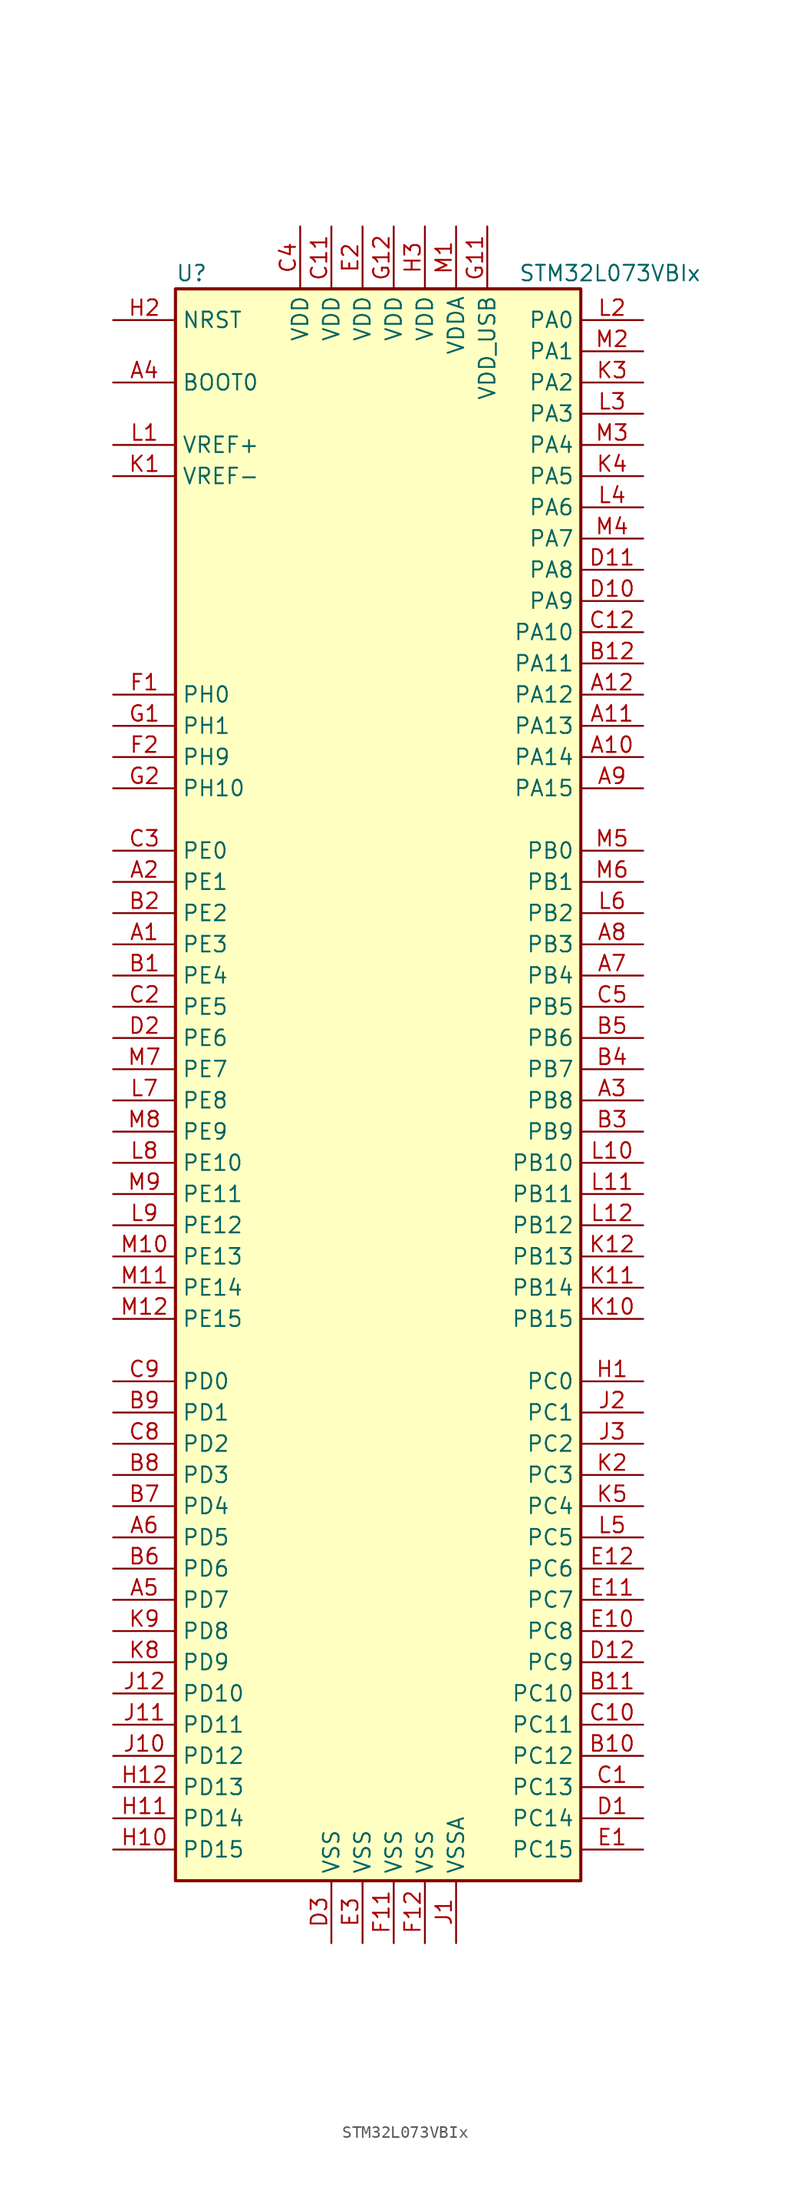
<source format=kicad_sym>
(kicad_symbol_lib
  (version 20201005)
  (generator kicad_symbol_editor)
  (symbol "STM32L073VBIx"
    (property "Reference" "U"
      (at -17.78 64.77 0)
      (effects (font (size 1.27 1.27)) (justify left)))
    (property "Value" "STM32L073VBIx"
      (at 10.16 64.77 0)
      (effects (font (size 1.27 1.27)) (justify left)))
    (symbol "STM32L073VBIx_0_1"
      (rectangle (start -17.78 -66.04) (end 15.24 63.5) (stroke (width 0.254)) (fill (type background))))
    (symbol "STM32L073VBIx_1_1"
      (pin bidirectional line (at -22.86 10.16 0) (length 5.08) (name "PE3" (effects (font (size 1.27 1.27)))) (number "A1" (effects (font (size 1.27 1.27)))))
      (pin bidirectional line (at 20.32 25.4 180) (length 5.08) (name "PA14" (effects (font (size 1.27 1.27)))) (number "A10" (effects (font (size 1.27 1.27)))))
      (pin bidirectional line (at 20.32 27.94 180) (length 5.08) (name "PA13" (effects (font (size 1.27 1.27)))) (number "A11" (effects (font (size 1.27 1.27)))))
      (pin bidirectional line (at 20.32 30.48 180) (length 5.08) (name "PA12" (effects (font (size 1.27 1.27)))) (number "A12" (effects (font (size 1.27 1.27)))))
      (pin bidirectional line (at -22.86 15.24 0) (length 5.08) (name "PE1" (effects (font (size 1.27 1.27)))) (number "A2" (effects (font (size 1.27 1.27)))))
      (pin bidirectional line (at 20.32 -2.54 180) (length 5.08) (name "PB8" (effects (font (size 1.27 1.27)))) (number "A3" (effects (font (size 1.27 1.27)))))
      (pin input line (at -22.86 55.88 0) (length 5.08) (name "BOOT0" (effects (font (size 1.27 1.27)))) (number "A4" (effects (font (size 1.27 1.27)))))
      (pin bidirectional line (at -22.86 -43.18 0) (length 5.08) (name "PD7" (effects (font (size 1.27 1.27)))) (number "A5" (effects (font (size 1.27 1.27)))))
      (pin bidirectional line (at -22.86 -38.1 0) (length 5.08) (name "PD5" (effects (font (size 1.27 1.27)))) (number "A6" (effects (font (size 1.27 1.27)))))
      (pin bidirectional line (at 20.32 7.62 180) (length 5.08) (name "PB4" (effects (font (size 1.27 1.27)))) (number "A7" (effects (font (size 1.27 1.27)))))
      (pin bidirectional line (at 20.32 10.16 180) (length 5.08) (name "PB3" (effects (font (size 1.27 1.27)))) (number "A8" (effects (font (size 1.27 1.27)))))
      (pin bidirectional line (at 20.32 22.86 180) (length 5.08) (name "PA15" (effects (font (size 1.27 1.27)))) (number "A9" (effects (font (size 1.27 1.27)))))
      (pin bidirectional line (at -22.86 7.62 0) (length 5.08) (name "PE4" (effects (font (size 1.27 1.27)))) (number "B1" (effects (font (size 1.27 1.27)))))
      (pin bidirectional line (at 20.32 -55.88 180) (length 5.08) (name "PC12" (effects (font (size 1.27 1.27)))) (number "B10" (effects (font (size 1.27 1.27)))))
      (pin bidirectional line (at 20.32 -50.8 180) (length 5.08) (name "PC10" (effects (font (size 1.27 1.27)))) (number "B11" (effects (font (size 1.27 1.27)))))
      (pin bidirectional line (at 20.32 33.02 180) (length 5.08) (name "PA11" (effects (font (size 1.27 1.27)))) (number "B12" (effects (font (size 1.27 1.27)))))
      (pin bidirectional line (at -22.86 12.7 0) (length 5.08) (name "PE2" (effects (font (size 1.27 1.27)))) (number "B2" (effects (font (size 1.27 1.27)))))
      (pin bidirectional line (at 20.32 -5.08 180) (length 5.08) (name "PB9" (effects (font (size 1.27 1.27)))) (number "B3" (effects (font (size 1.27 1.27)))))
      (pin bidirectional line (at 20.32 0 180) (length 5.08) (name "PB7" (effects (font (size 1.27 1.27)))) (number "B4" (effects (font (size 1.27 1.27)))))
      (pin bidirectional line (at 20.32 2.54 180) (length 5.08) (name "PB6" (effects (font (size 1.27 1.27)))) (number "B5" (effects (font (size 1.27 1.27)))))
      (pin bidirectional line (at -22.86 -40.64 0) (length 5.08) (name "PD6" (effects (font (size 1.27 1.27)))) (number "B6" (effects (font (size 1.27 1.27)))))
      (pin bidirectional line (at -22.86 -35.56 0) (length 5.08) (name "PD4" (effects (font (size 1.27 1.27)))) (number "B7" (effects (font (size 1.27 1.27)))))
      (pin bidirectional line (at -22.86 -33.02 0) (length 5.08) (name "PD3" (effects (font (size 1.27 1.27)))) (number "B8" (effects (font (size 1.27 1.27)))))
      (pin bidirectional line (at -22.86 -27.94 0) (length 5.08) (name "PD1" (effects (font (size 1.27 1.27)))) (number "B9" (effects (font (size 1.27 1.27)))))
      (pin bidirectional line (at 20.32 -58.42 180) (length 5.08) (name "PC13" (effects (font (size 1.27 1.27)))) (number "C1" (effects (font (size 1.27 1.27)))))
      (pin bidirectional line (at 20.32 -53.34 180) (length 5.08) (name "PC11" (effects (font (size 1.27 1.27)))) (number "C10" (effects (font (size 1.27 1.27)))))
      (pin power_in line (at -5.08 68.58 270) (length 5.08) (name "VDD" (effects (font (size 1.27 1.27)))) (number "C11" (effects (font (size 1.27 1.27)))))
      (pin bidirectional line (at 20.32 35.56 180) (length 5.08) (name "PA10" (effects (font (size 1.27 1.27)))) (number "C12" (effects (font (size 1.27 1.27)))))
      (pin bidirectional line (at -22.86 5.08 0) (length 5.08) (name "PE5" (effects (font (size 1.27 1.27)))) (number "C2" (effects (font (size 1.27 1.27)))))
      (pin bidirectional line (at -22.86 17.78 0) (length 5.08) (name "PE0" (effects (font (size 1.27 1.27)))) (number "C3" (effects (font (size 1.27 1.27)))))
      (pin power_in line (at -7.62 68.58 270) (length 5.08) (name "VDD" (effects (font (size 1.27 1.27)))) (number "C4" (effects (font (size 1.27 1.27)))))
      (pin bidirectional line (at 20.32 5.08 180) (length 5.08) (name "PB5" (effects (font (size 1.27 1.27)))) (number "C5" (effects (font (size 1.27 1.27)))))
      (pin bidirectional line (at -22.86 -30.48 0) (length 5.08) (name "PD2" (effects (font (size 1.27 1.27)))) (number "C8" (effects (font (size 1.27 1.27)))))
      (pin bidirectional line (at -22.86 -25.4 0) (length 5.08) (name "PD0" (effects (font (size 1.27 1.27)))) (number "C9" (effects (font (size 1.27 1.27)))))
      (pin bidirectional line (at 20.32 -60.96 180) (length 5.08) (name "PC14" (effects (font (size 1.27 1.27)))) (number "D1" (effects (font (size 1.27 1.27)))))
      (pin bidirectional line (at 20.32 38.1 180) (length 5.08) (name "PA9" (effects (font (size 1.27 1.27)))) (number "D10" (effects (font (size 1.27 1.27)))))
      (pin bidirectional line (at 20.32 40.64 180) (length 5.08) (name "PA8" (effects (font (size 1.27 1.27)))) (number "D11" (effects (font (size 1.27 1.27)))))
      (pin bidirectional line (at 20.32 -48.26 180) (length 5.08) (name "PC9" (effects (font (size 1.27 1.27)))) (number "D12" (effects (font (size 1.27 1.27)))))
      (pin bidirectional line (at -22.86 2.54 0) (length 5.08) (name "PE6" (effects (font (size 1.27 1.27)))) (number "D2" (effects (font (size 1.27 1.27)))))
      (pin power_in line (at -5.08 -71.12 90) (length 5.08) (name "VSS" (effects (font (size 1.27 1.27)))) (number "D3" (effects (font (size 1.27 1.27)))))
      (pin bidirectional line (at 20.32 -63.5 180) (length 5.08) (name "PC15" (effects (font (size 1.27 1.27)))) (number "E1" (effects (font (size 1.27 1.27)))))
      (pin bidirectional line (at 20.32 -45.72 180) (length 5.08) (name "PC8" (effects (font (size 1.27 1.27)))) (number "E10" (effects (font (size 1.27 1.27)))))
      (pin bidirectional line (at 20.32 -43.18 180) (length 5.08) (name "PC7" (effects (font (size 1.27 1.27)))) (number "E11" (effects (font (size 1.27 1.27)))))
      (pin bidirectional line (at 20.32 -40.64 180) (length 5.08) (name "PC6" (effects (font (size 1.27 1.27)))) (number "E12" (effects (font (size 1.27 1.27)))))
      (pin power_in line (at -2.54 68.58 270) (length 5.08) (name "VDD" (effects (font (size 1.27 1.27)))) (number "E2" (effects (font (size 1.27 1.27)))))
      (pin power_in line (at -2.54 -71.12 90) (length 5.08) (name "VSS" (effects (font (size 1.27 1.27)))) (number "E3" (effects (font (size 1.27 1.27)))))
      (pin input line (at -22.86 30.48 0) (length 5.08) (name "PH0" (effects (font (size 1.27 1.27)))) (number "F1" (effects (font (size 1.27 1.27)))))
      (pin power_in line (at 0 -71.12 90) (length 5.08) (name "VSS" (effects (font (size 1.27 1.27)))) (number "F11" (effects (font (size 1.27 1.27)))))
      (pin power_in line (at 2.54 -71.12 90) (length 5.08) (name "VSS" (effects (font (size 1.27 1.27)))) (number "F12" (effects (font (size 1.27 1.27)))))
      (pin bidirectional line (at -22.86 25.4 0) (length 5.08) (name "PH9" (effects (font (size 1.27 1.27)))) (number "F2" (effects (font (size 1.27 1.27)))))
      (pin input line (at -22.86 27.94 0) (length 5.08) (name "PH1" (effects (font (size 1.27 1.27)))) (number "G1" (effects (font (size 1.27 1.27)))))
      (pin power_in line (at 7.62 68.58 270) (length 5.08) (name "VDD_USB" (effects (font (size 1.27 1.27)))) (number "G11" (effects (font (size 1.27 1.27)))))
      (pin power_in line (at 0 68.58 270) (length 5.08) (name "VDD" (effects (font (size 1.27 1.27)))) (number "G12" (effects (font (size 1.27 1.27)))))
      (pin bidirectional line (at -22.86 22.86 0) (length 5.08) (name "PH10" (effects (font (size 1.27 1.27)))) (number "G2" (effects (font (size 1.27 1.27)))))
      (pin bidirectional line (at 20.32 -25.4 180) (length 5.08) (name "PC0" (effects (font (size 1.27 1.27)))) (number "H1" (effects (font (size 1.27 1.27)))))
      (pin bidirectional line (at -22.86 -63.5 0) (length 5.08) (name "PD15" (effects (font (size 1.27 1.27)))) (number "H10" (effects (font (size 1.27 1.27)))))
      (pin bidirectional line (at -22.86 -60.96 0) (length 5.08) (name "PD14" (effects (font (size 1.27 1.27)))) (number "H11" (effects (font (size 1.27 1.27)))))
      (pin bidirectional line (at -22.86 -58.42 0) (length 5.08) (name "PD13" (effects (font (size 1.27 1.27)))) (number "H12" (effects (font (size 1.27 1.27)))))
      (pin input line (at -22.86 60.96 0) (length 5.08) (name "NRST" (effects (font (size 1.27 1.27)))) (number "H2" (effects (font (size 1.27 1.27)))))
      (pin power_in line (at 2.54 68.58 270) (length 5.08) (name "VDD" (effects (font (size 1.27 1.27)))) (number "H3" (effects (font (size 1.27 1.27)))))
      (pin power_in line (at 5.08 -71.12 90) (length 5.08) (name "VSSA" (effects (font (size 1.27 1.27)))) (number "J1" (effects (font (size 1.27 1.27)))))
      (pin bidirectional line (at -22.86 -55.88 0) (length 5.08) (name "PD12" (effects (font (size 1.27 1.27)))) (number "J10" (effects (font (size 1.27 1.27)))))
      (pin bidirectional line (at -22.86 -53.34 0) (length 5.08) (name "PD11" (effects (font (size 1.27 1.27)))) (number "J11" (effects (font (size 1.27 1.27)))))
      (pin bidirectional line (at -22.86 -50.8 0) (length 5.08) (name "PD10" (effects (font (size 1.27 1.27)))) (number "J12" (effects (font (size 1.27 1.27)))))
      (pin bidirectional line (at 20.32 -27.94 180) (length 5.08) (name "PC1" (effects (font (size 1.27 1.27)))) (number "J2" (effects (font (size 1.27 1.27)))))
      (pin bidirectional line (at 20.32 -30.48 180) (length 5.08) (name "PC2" (effects (font (size 1.27 1.27)))) (number "J3" (effects (font (size 1.27 1.27)))))
      (pin power_in line (at -22.86 48.26 0) (length 5.08) (name "VREF-" (effects (font (size 1.27 1.27)))) (number "K1" (effects (font (size 1.27 1.27)))))
      (pin bidirectional line (at 20.32 -20.32 180) (length 5.08) (name "PB15" (effects (font (size 1.27 1.27)))) (number "K10" (effects (font (size 1.27 1.27)))))
      (pin bidirectional line (at 20.32 -17.78 180) (length 5.08) (name "PB14" (effects (font (size 1.27 1.27)))) (number "K11" (effects (font (size 1.27 1.27)))))
      (pin bidirectional line (at 20.32 -15.24 180) (length 5.08) (name "PB13" (effects (font (size 1.27 1.27)))) (number "K12" (effects (font (size 1.27 1.27)))))
      (pin bidirectional line (at 20.32 -33.02 180) (length 5.08) (name "PC3" (effects (font (size 1.27 1.27)))) (number "K2" (effects (font (size 1.27 1.27)))))
      (pin bidirectional line (at 20.32 55.88 180) (length 5.08) (name "PA2" (effects (font (size 1.27 1.27)))) (number "K3" (effects (font (size 1.27 1.27)))))
      (pin bidirectional line (at 20.32 48.26 180) (length 5.08) (name "PA5" (effects (font (size 1.27 1.27)))) (number "K4" (effects (font (size 1.27 1.27)))))
      (pin bidirectional line (at 20.32 -35.56 180) (length 5.08) (name "PC4" (effects (font (size 1.27 1.27)))) (number "K5" (effects (font (size 1.27 1.27)))))
      (pin bidirectional line (at -22.86 -48.26 0) (length 5.08) (name "PD9" (effects (font (size 1.27 1.27)))) (number "K8" (effects (font (size 1.27 1.27)))))
      (pin bidirectional line (at -22.86 -45.72 0) (length 5.08) (name "PD8" (effects (font (size 1.27 1.27)))) (number "K9" (effects (font (size 1.27 1.27)))))
      (pin power_in line (at -22.86 50.8 0) (length 5.08) (name "VREF+" (effects (font (size 1.27 1.27)))) (number "L1" (effects (font (size 1.27 1.27)))))
      (pin bidirectional line (at 20.32 -7.62 180) (length 5.08) (name "PB10" (effects (font (size 1.27 1.27)))) (number "L10" (effects (font (size 1.27 1.27)))))
      (pin bidirectional line (at 20.32 -10.16 180) (length 5.08) (name "PB11" (effects (font (size 1.27 1.27)))) (number "L11" (effects (font (size 1.27 1.27)))))
      (pin bidirectional line (at 20.32 -12.7 180) (length 5.08) (name "PB12" (effects (font (size 1.27 1.27)))) (number "L12" (effects (font (size 1.27 1.27)))))
      (pin bidirectional line (at 20.32 60.96 180) (length 5.08) (name "PA0" (effects (font (size 1.27 1.27)))) (number "L2" (effects (font (size 1.27 1.27)))))
      (pin bidirectional line (at 20.32 53.34 180) (length 5.08) (name "PA3" (effects (font (size 1.27 1.27)))) (number "L3" (effects (font (size 1.27 1.27)))))
      (pin bidirectional line (at 20.32 45.72 180) (length 5.08) (name "PA6" (effects (font (size 1.27 1.27)))) (number "L4" (effects (font (size 1.27 1.27)))))
      (pin bidirectional line (at 20.32 -38.1 180) (length 5.08) (name "PC5" (effects (font (size 1.27 1.27)))) (number "L5" (effects (font (size 1.27 1.27)))))
      (pin bidirectional line (at 20.32 12.7 180) (length 5.08) (name "PB2" (effects (font (size 1.27 1.27)))) (number "L6" (effects (font (size 1.27 1.27)))))
      (pin bidirectional line (at -22.86 -2.54 0) (length 5.08) (name "PE8" (effects (font (size 1.27 1.27)))) (number "L7" (effects (font (size 1.27 1.27)))))
      (pin bidirectional line (at -22.86 -7.62 0) (length 5.08) (name "PE10" (effects (font (size 1.27 1.27)))) (number "L8" (effects (font (size 1.27 1.27)))))
      (pin bidirectional line (at -22.86 -12.7 0) (length 5.08) (name "PE12" (effects (font (size 1.27 1.27)))) (number "L9" (effects (font (size 1.27 1.27)))))
      (pin power_in line (at 5.08 68.58 270) (length 5.08) (name "VDDA" (effects (font (size 1.27 1.27)))) (number "M1" (effects (font (size 1.27 1.27)))))
      (pin bidirectional line (at -22.86 -15.24 0) (length 5.08) (name "PE13" (effects (font (size 1.27 1.27)))) (number "M10" (effects (font (size 1.27 1.27)))))
      (pin bidirectional line (at -22.86 -17.78 0) (length 5.08) (name "PE14" (effects (font (size 1.27 1.27)))) (number "M11" (effects (font (size 1.27 1.27)))))
      (pin bidirectional line (at -22.86 -20.32 0) (length 5.08) (name "PE15" (effects (font (size 1.27 1.27)))) (number "M12" (effects (font (size 1.27 1.27)))))
      (pin bidirectional line (at 20.32 58.42 180) (length 5.08) (name "PA1" (effects (font (size 1.27 1.27)))) (number "M2" (effects (font (size 1.27 1.27)))))
      (pin bidirectional line (at 20.32 50.8 180) (length 5.08) (name "PA4" (effects (font (size 1.27 1.27)))) (number "M3" (effects (font (size 1.27 1.27)))))
      (pin bidirectional line (at 20.32 43.18 180) (length 5.08) (name "PA7" (effects (font (size 1.27 1.27)))) (number "M4" (effects (font (size 1.27 1.27)))))
      (pin bidirectional line (at 20.32 17.78 180) (length 5.08) (name "PB0" (effects (font (size 1.27 1.27)))) (number "M5" (effects (font (size 1.27 1.27)))))
      (pin bidirectional line (at 20.32 15.24 180) (length 5.08) (name "PB1" (effects (font (size 1.27 1.27)))) (number "M6" (effects (font (size 1.27 1.27)))))
      (pin bidirectional line (at -22.86 0 0) (length 5.08) (name "PE7" (effects (font (size 1.27 1.27)))) (number "M7" (effects (font (size 1.27 1.27)))))
      (pin bidirectional line (at -22.86 -5.08 0) (length 5.08) (name "PE9" (effects (font (size 1.27 1.27)))) (number "M8" (effects (font (size 1.27 1.27)))))
      (pin bidirectional line (at -22.86 -10.16 0) (length 5.08) (name "PE11" (effects (font (size 1.27 1.27)))) (number "M9" (effects (font (size 1.27 1.27))))))))
</source>
